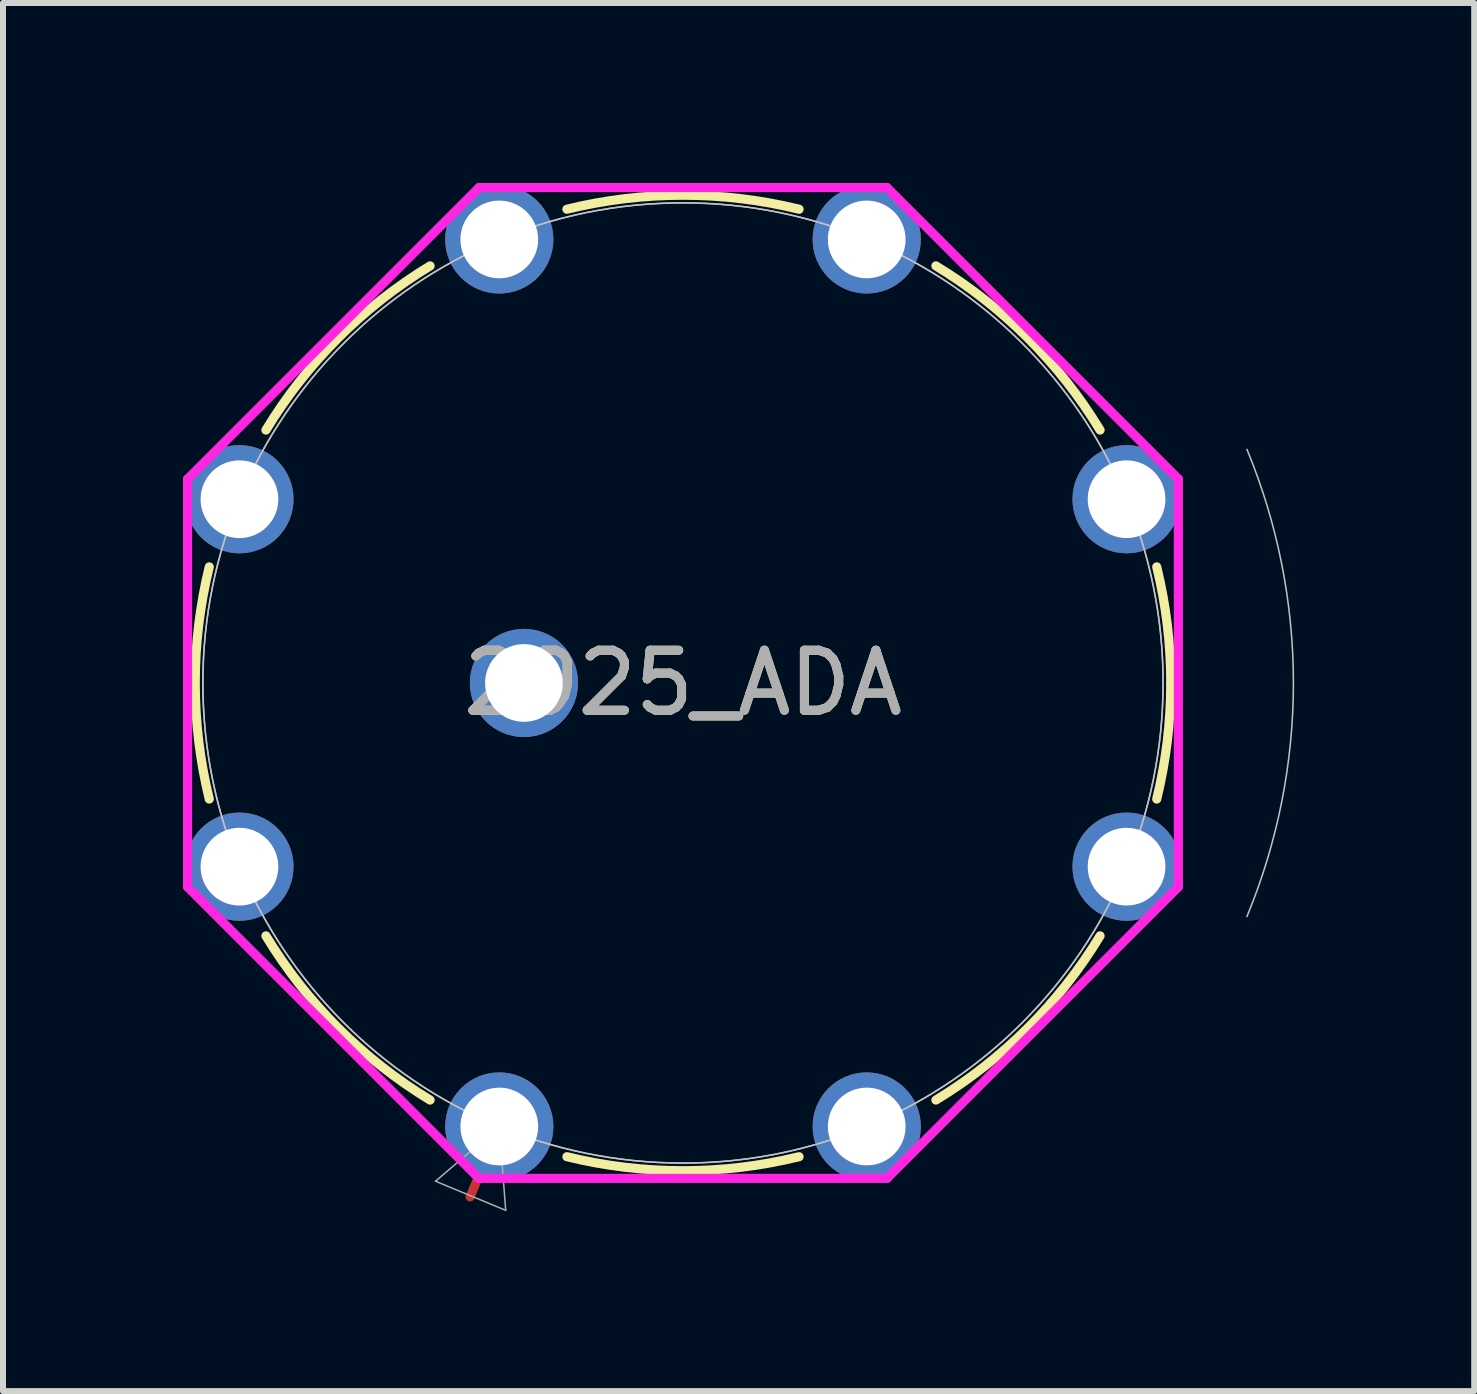
<source format=kicad_pcb>
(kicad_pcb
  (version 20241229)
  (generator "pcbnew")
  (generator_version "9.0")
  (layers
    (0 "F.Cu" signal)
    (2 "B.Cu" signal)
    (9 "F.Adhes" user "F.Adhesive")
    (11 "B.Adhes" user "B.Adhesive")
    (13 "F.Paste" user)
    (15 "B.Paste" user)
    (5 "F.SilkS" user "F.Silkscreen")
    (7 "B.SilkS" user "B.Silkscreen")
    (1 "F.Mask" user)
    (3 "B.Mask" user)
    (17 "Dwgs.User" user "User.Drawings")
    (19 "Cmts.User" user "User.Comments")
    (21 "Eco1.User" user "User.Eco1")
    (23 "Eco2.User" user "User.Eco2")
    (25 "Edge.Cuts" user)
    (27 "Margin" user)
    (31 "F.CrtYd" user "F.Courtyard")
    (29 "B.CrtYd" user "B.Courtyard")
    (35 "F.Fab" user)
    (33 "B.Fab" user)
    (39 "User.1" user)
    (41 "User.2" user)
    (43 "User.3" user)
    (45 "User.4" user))
  (footprint "2925_ADA"
    (layer "F.Cu")
    (at 5.27 15.722)
    (property "Reference" "2925_ADA" (at 3.061 -7.391 0) (unlocked yes) (layer "F.SilkS") (effects (font (size 1 1) (thickness 0.15))))
    (attr through_hole)
    (fp_line (start 0 0) (end -0.486 1.173) (stroke (width 0.152) (type solid)) (layer "F.Cu"))
    (fp_arc (start -4.833005 -5.45669) (mid -5.066533 -7.391038) (end -4.833004 -9.325386) (stroke (width 0.1524) (type solid)) (layer "F.SilkS"))
    (fp_arc (start -3.888559 -11.605478) (mid -2.685897 -13.1384) (end -1.152975 -14.341062) (stroke (width 0.1524) (type solid)) (layer "F.SilkS"))
    (fp_arc (start -1.152975 -0.44101) (mid -2.685897 -1.643672) (end -3.888559 -3.176593) (stroke (width 0.1524) (type solid)) (layer "F.SilkS"))
    (fp_arc (start 1.127118 -15.285507) (mid 3.061467 -15.519036) (end 4.995816 -15.285507) (stroke (width 0.1524) (type solid)) (layer "F.SilkS"))
    (fp_arc (start 4.995816 0.503436) (mid 3.061467 0.736964) (end 1.127117 0.503435) (stroke (width 0.1524) (type solid)) (layer "F.SilkS"))
    (fp_arc (start 7.275909 -14.341062) (mid 8.808831 -13.1384) (end 10.011493 -11.605478) (stroke (width 0.1524) (type solid)) (layer "F.SilkS"))
    (fp_arc (start 10.011493 -3.176593) (mid 8.808831 -1.643672) (end 7.275909 -0.44101) (stroke (width 0.1524) (type solid)) (layer "F.SilkS"))
    (fp_arc (start 10.955939 -9.325384) (mid 11.130874 -8.365233) (end 11.189467 -7.391036) (stroke (width 0.1524) (type solid)) (layer "F.SilkS"))
    (fp_arc (start 11.189467 -7.391031) (mid 11.130874 -6.416836) (end 10.955938 -5.456686) (stroke (width 0.1524) (type solid)) (layer "F.SilkS"))
    (fp_arc (start 12.458892 -11.283576) (mid 13.233166 -7.391036) (end 12.458892 -3.498495) (stroke (width 0.0254) (type solid)) (layer "Dwgs.User"))
    (fp_circle (center 3.061 -7.391) (end 11.061 -7.391) (stroke (width 0.025) (type solid)) (fill no) (layer "Dwgs.User"))
    (fp_line (start -5.194 -10.79) (end -0.338 -15.646) (stroke (width 0.152) (type solid)) (layer "F.CrtYd"))
    (fp_line (start -5.194 -3.992) (end -5.194 -10.79) (stroke (width 0.152) (type solid)) (layer "F.CrtYd"))
    (fp_line (start -0.338 -15.646) (end 6.461 -15.646) (stroke (width 0.152) (type solid)) (layer "F.CrtYd"))
    (fp_line (start -0.338 0.864) (end -5.194 -3.992) (stroke (width 0.152) (type solid)) (layer "F.CrtYd"))
    (fp_line (start 6.461 -15.646) (end 11.316 -10.79) (stroke (width 0.152) (type solid)) (layer "F.CrtYd"))
    (fp_line (start 6.461 0.864) (end -0.338 0.864) (stroke (width 0.152) (type solid)) (layer "F.CrtYd"))
    (fp_line (start 11.316 -10.79) (end 11.316 -3.992) (stroke (width 0.152) (type solid)) (layer "F.CrtYd"))
    (fp_line (start 11.316 -3.992) (end 6.461 0.864) (stroke (width 0.152) (type solid)) (layer "F.CrtYd"))
    (fp_line (start -1.063 0.912) (end -0.000383 0.001) (stroke (width 0.025) (type solid)) (layer "F.Fab"))
    (fp_line (start -0.000383 0.001) (end 0.107 1.397) (stroke (width 0.025) (type solid)) (layer "F.Fab"))
    (fp_line (start 0.107 1.397) (end -1.063 0.912) (stroke (width 0.025) (type solid)) (layer "F.Fab"))
    (fp_circle (center 3.061 -7.391) (end 11.062 -7.391) (stroke (width 0.025) (type solid)) (fill no) (layer "F.Fab"))
    (fp_text user "${REFERENCE}" (at 3.061 -7.391 0) (unlocked yes) (layer "F.Fab") (effects (font (size 1 1) (thickness 0.15))))
    (pad "1" thru_hole circle (at 0 0) (size 1.803 1.803) (drill 1.295) (layers "*.Cu" "*.Mask"))
    (pad "2" thru_hole circle (at -4.33 -4.33 315) (size 1.803 1.803) (drill 1.295) (layers "*.Cu" "*.Mask"))
    (pad "3" thru_hole circle (at -4.33 -10.453 90) (size 1.803 1.803) (drill 1.295) (layers "*.Cu" "*.Mask"))
    (pad "4" thru_hole circle (at 0 -14.782 225) (size 1.803 1.803) (drill 1.295) (layers "*.Cu" "*.Mask"))
    (pad "5" thru_hole circle (at 6.123 -14.782) (size 1.803 1.803) (drill 1.295) (layers "*.Cu" "*.Mask"))
    (pad "6" thru_hole circle (at 10.453 -10.453 135) (size 1.803 1.803) (drill 1.295) (layers "*.Cu" "*.Mask"))
    (pad "7" thru_hole circle (at 10.453 -4.33 90) (size 1.803 1.803) (drill 1.295) (layers "*.Cu" "*.Mask"))
    (pad "8" thru_hole circle (at 6.123 0 45) (size 1.803 1.803) (drill 1.295) (layers "*.Cu" "*.Mask"))
    (pad "A" thru_hole circle (at 0.411 -7.391) (size 1.803 1.803) (drill 1.295) (layers "*.Cu" "*.Mask")))
  (gr_rect
    (start -3 -3)
    (end 21.516 20.132)
    (stroke (width 0.1) (type default))
    (fill no)
    (layer "Edge.Cuts")))
</source>
